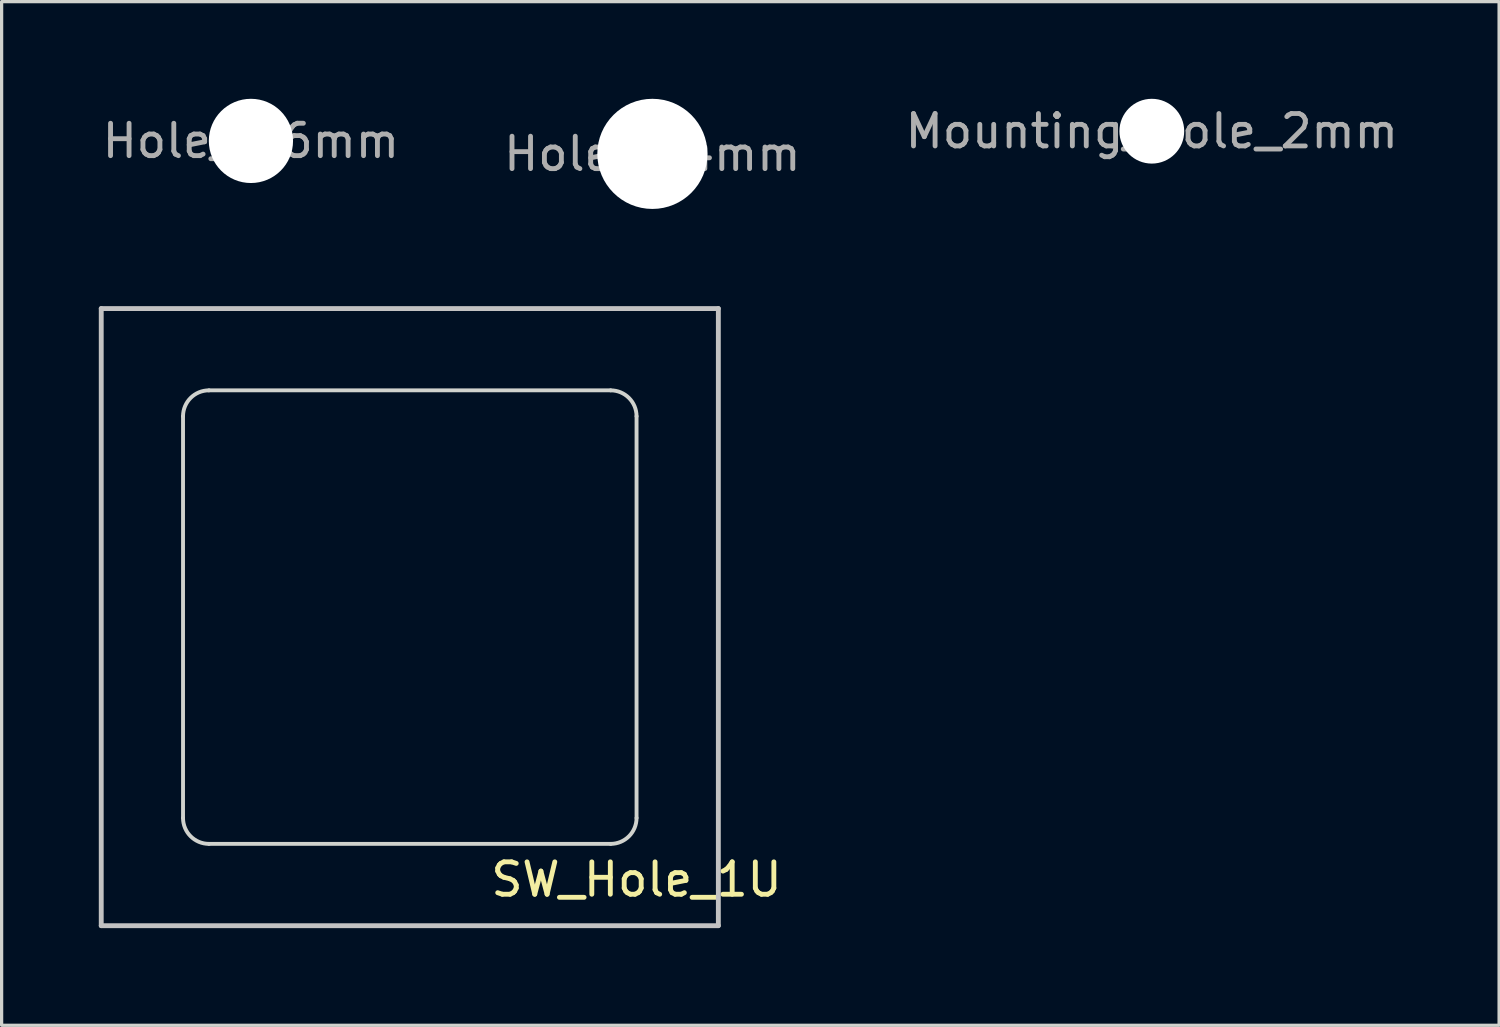
<source format=kicad_pcb>
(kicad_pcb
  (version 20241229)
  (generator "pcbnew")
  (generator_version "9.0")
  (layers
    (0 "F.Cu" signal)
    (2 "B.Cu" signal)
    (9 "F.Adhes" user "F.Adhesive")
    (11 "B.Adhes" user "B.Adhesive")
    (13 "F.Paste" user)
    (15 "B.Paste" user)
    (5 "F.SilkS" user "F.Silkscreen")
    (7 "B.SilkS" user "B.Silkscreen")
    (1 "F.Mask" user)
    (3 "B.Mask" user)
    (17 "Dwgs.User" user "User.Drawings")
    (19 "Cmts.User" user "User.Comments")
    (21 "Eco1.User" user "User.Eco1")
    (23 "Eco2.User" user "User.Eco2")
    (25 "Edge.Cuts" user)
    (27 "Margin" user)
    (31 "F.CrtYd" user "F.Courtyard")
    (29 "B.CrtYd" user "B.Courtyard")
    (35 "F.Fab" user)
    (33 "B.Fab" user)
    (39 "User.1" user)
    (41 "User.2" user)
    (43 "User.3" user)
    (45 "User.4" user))
  (footprint "Hole_2.6mm"
    (layer "F.Cu")
    (at 4.696 1.3)
    (property "Reference" "Hole_2.6mm" (at 0 0 0) (layer "F.Fab") (effects (font (size 1 1) (thickness 0.15))))
    (attr through_hole)
    (pad "" np_thru_hole circle (at 0 0 270) (size 2.6 2.6) (drill 2.6) (layers "*.Cu" "*.Mask")))
  (footprint "Mounting_Hole_2mm"
    (layer "F.Cu")
    (at 32.506 1)
    (property "Reference" "Mounting_Hole_2mm" (at 0 0 0) (layer "F.Fab") (effects (font (size 1 1) (thickness 0.15))))
    (attr through_hole)
    (pad "" np_thru_hole circle (at 0 0 270) (size 2 2) (drill 2) (layers "*.Cu" "*.Mask")))
  (footprint "Hole_3.4mm"
    (layer "F.Cu")
    (at 17.089 1.7)
    (property "Reference" "Hole_3.4mm" (at 0 0 0) (layer "F.Fab") (effects (font (size 1 1) (thickness 0.15))))
    (attr through_hole)
    (pad "" np_thru_hole circle (at 0 0 270) (size 3.4 3.4) (drill 3.4) (layers "*.Cu" "*.Mask")))
  (footprint "SW_Hole_1U"
    (layer "F.Cu")
    (at 9.6 16)
    (property "Reference" "SW_Hole_1U" (at 7 8.1 0) (layer "F.SilkS") (effects (font (size 1 1) (thickness 0.15))))
    (attr through_hole)
    (fp_line (start -9.525 -9.525) (end 9.525 -9.525) (stroke (width 0.15) (type solid)) (layer "Dwgs.User"))
    (fp_line (start -9.525 9.525) (end -9.525 -9.525) (stroke (width 0.15) (type solid)) (layer "Dwgs.User"))
    (fp_line (start 9.525 -9.525) (end 9.525 9.525) (stroke (width 0.15) (type solid)) (layer "Dwgs.User"))
    (fp_line (start 9.525 9.525) (end -9.525 9.525) (stroke (width 0.15) (type solid)) (layer "Dwgs.User"))
    (fp_line (start -7 -6.2) (end -7 6.2) (stroke (width 0.12) (type solid)) (layer "Edge.Cuts"))
    (fp_line (start -6.2 -7) (end 6.2 -7) (stroke (width 0.12) (type solid)) (layer "Edge.Cuts"))
    (fp_line (start -6.2 7) (end 6.2 7) (stroke (width 0.12) (type solid)) (layer "Edge.Cuts"))
    (fp_line (start 7 -6.2) (end 7 6.2) (stroke (width 0.12) (type solid)) (layer "Edge.Cuts"))
    (fp_arc (start -7 -6.2) (mid -6.765686 -6.765686) (end -6.2 -7) (stroke (width 0.12) (type default)) (layer "Edge.Cuts"))
    (fp_arc (start -6.2 7) (mid -6.765686 6.765686) (end -7 6.2) (stroke (width 0.12) (type default)) (layer "Edge.Cuts"))
    (fp_arc (start 6.2 -7) (mid 6.765686 -6.765686) (end 7 -6.2) (stroke (width 0.12) (type default)) (layer "Edge.Cuts"))
    (fp_arc (start 7 6.2) (mid 6.765686 6.765686) (end 6.2 7) (stroke (width 0.12) (type default)) (layer "Edge.Cuts")))
  (gr_rect
    (start -3 -3)
    (end 43.226 28.6)
    (stroke (width 0.1) (type default))
    (fill no)
    (layer "Edge.Cuts")))
</source>
